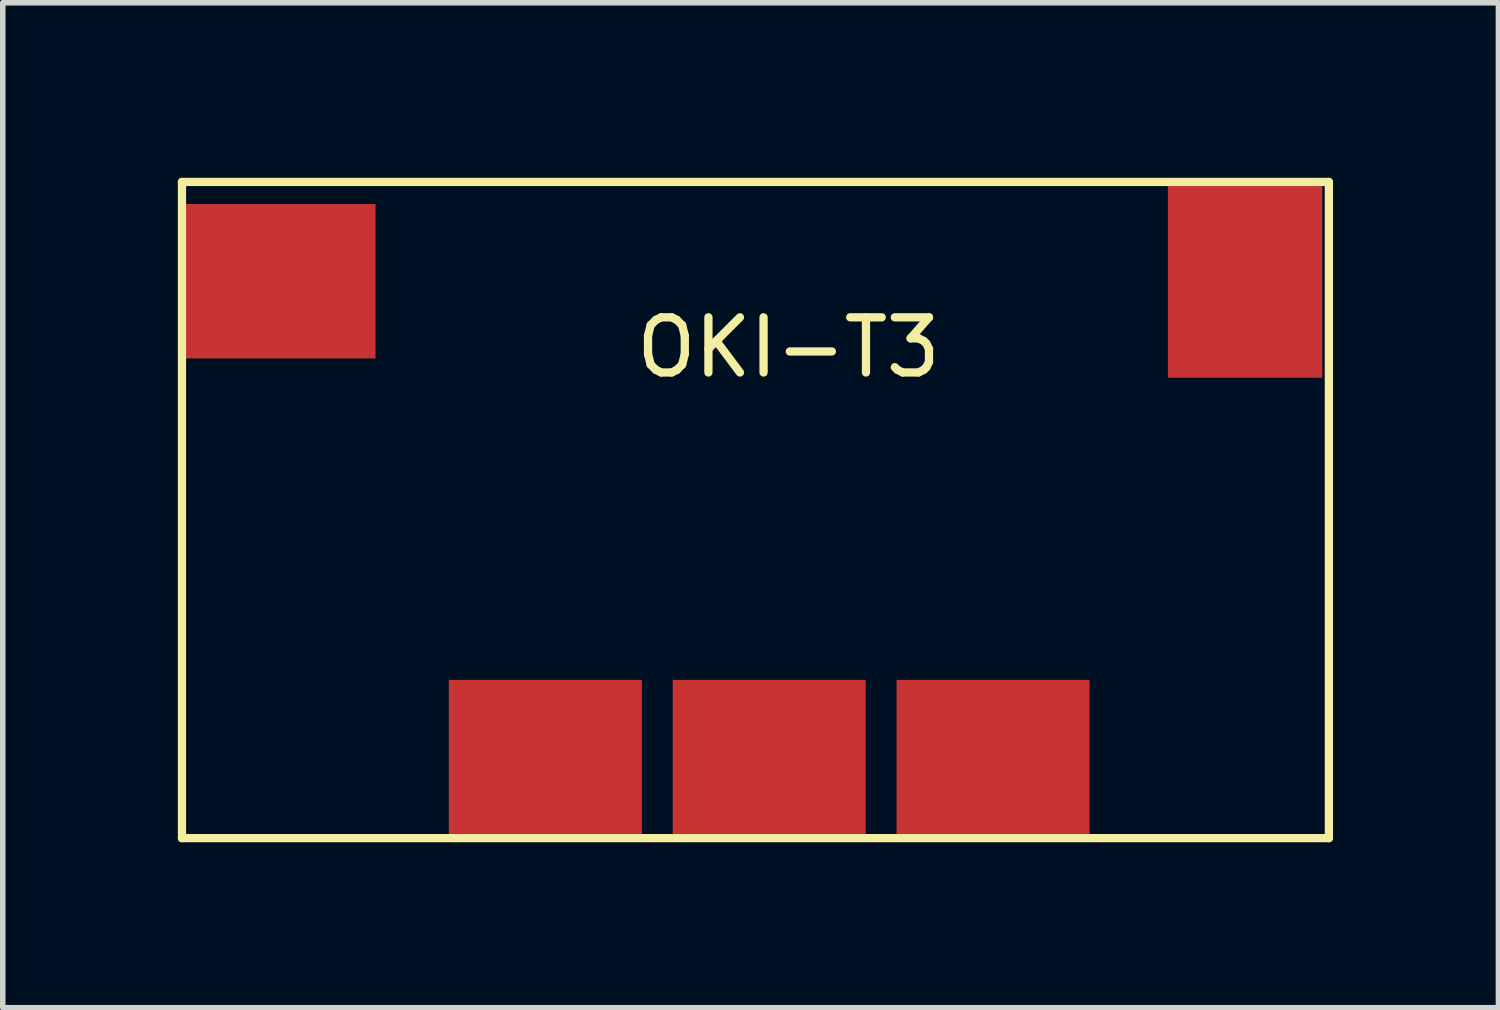
<source format=kicad_pcb>
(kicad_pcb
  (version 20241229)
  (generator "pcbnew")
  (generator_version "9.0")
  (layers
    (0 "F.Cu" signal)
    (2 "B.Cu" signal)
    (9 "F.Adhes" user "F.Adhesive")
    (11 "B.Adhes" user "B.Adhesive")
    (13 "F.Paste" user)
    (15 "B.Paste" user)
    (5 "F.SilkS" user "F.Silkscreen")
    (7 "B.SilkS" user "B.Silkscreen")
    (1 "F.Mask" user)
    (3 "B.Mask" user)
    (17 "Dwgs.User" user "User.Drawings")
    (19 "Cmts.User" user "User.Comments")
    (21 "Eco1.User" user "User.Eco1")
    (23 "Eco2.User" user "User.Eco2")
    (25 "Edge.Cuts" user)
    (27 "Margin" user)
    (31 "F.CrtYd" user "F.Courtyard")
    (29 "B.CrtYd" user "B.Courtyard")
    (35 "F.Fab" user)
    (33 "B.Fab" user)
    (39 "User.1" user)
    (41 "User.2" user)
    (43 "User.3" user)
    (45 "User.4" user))
  (footprint "OKI-T3"
    (layer "F.Cu")
    (at 0.25 0.25)
    (property "Reference" "OKI-T3" (at 11 3 0) (layer "F.SilkS") (effects (font (size 1 1) (thickness 0.15))))
    (attr through_hole)
    (fp_line (start 0 0) (end 0 11.9) (stroke (width 0.15) (type solid)) (layer "F.SilkS"))
    (fp_line (start 0 0) (end 20.8 0) (stroke (width 0.15) (type solid)) (layer "F.SilkS"))
    (fp_line (start 0 11.9) (end 20.8 11.9) (stroke (width 0.15) (type solid)) (layer "F.SilkS"))
    (fp_line (start 20.8 0) (end 20.8 11.9) (stroke (width 0.15) (type solid)) (layer "F.SilkS"))
    (pad "1" smd rect (at 19.28 1.8) (size 2.8 3.5) (layers "F.Cu" "F.Mask" "F.Paste"))
    (pad "2" smd rect (at 1.76 1.8) (size 3.5 2.8) (layers "F.Cu" "F.Mask" "F.Paste"))
    (pad "3" smd rect (at 6.59 10.43) (size 3.5 2.8) (layers "F.Cu" "F.Mask" "F.Paste"))
    (pad "4" smd rect (at 10.65 10.43) (size 3.5 2.8) (layers "F.Cu" "F.Mask" "F.Paste"))
    (pad "5" smd rect (at 14.71 10.43) (size 3.5 2.8) (layers "F.Cu" "F.Mask" "F.Paste")))
  (gr_rect
    (start -3 -3)
    (end 24.125 15.225)
    (stroke (width 0.1) (type default))
    (fill no)
    (layer "Edge.Cuts")))
</source>
